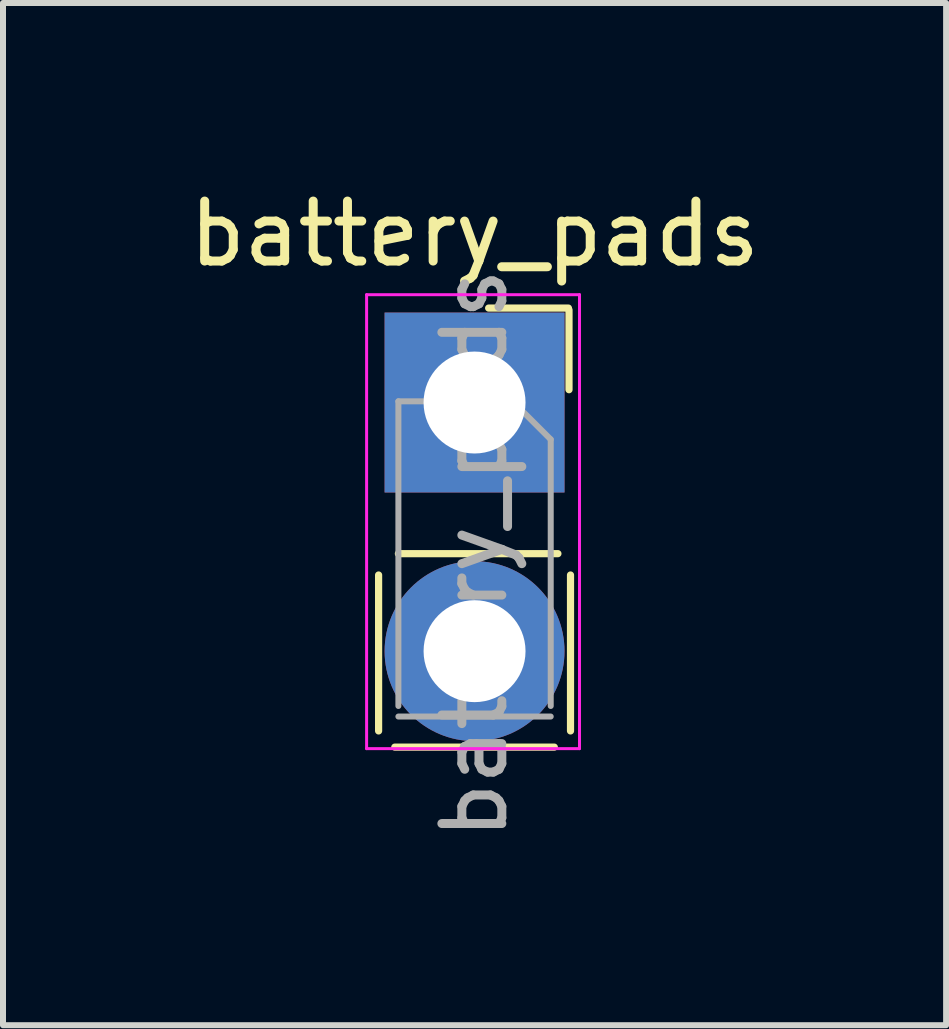
<source format=kicad_pcb>
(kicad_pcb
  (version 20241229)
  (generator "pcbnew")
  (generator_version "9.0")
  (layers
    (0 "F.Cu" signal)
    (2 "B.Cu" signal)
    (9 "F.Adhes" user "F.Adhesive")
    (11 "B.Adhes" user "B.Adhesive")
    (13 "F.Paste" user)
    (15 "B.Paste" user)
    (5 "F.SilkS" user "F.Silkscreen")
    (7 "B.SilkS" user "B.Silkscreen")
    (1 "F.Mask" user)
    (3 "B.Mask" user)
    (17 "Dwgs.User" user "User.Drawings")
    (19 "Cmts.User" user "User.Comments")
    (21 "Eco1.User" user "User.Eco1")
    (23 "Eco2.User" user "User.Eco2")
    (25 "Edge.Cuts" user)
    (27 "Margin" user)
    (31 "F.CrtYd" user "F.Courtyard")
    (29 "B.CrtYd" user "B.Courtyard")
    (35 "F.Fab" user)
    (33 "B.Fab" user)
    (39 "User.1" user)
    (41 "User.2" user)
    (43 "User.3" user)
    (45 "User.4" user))
  (footprint "battery_pads"
    (layer "F.Cu")
    (at 4.863 4.912)
    (property "Reference" "battery_pads" (at 0 -4.064 180) (layer "F.SilkS") (effects (font (size 1 1) (thickness 0.15))))
    (attr through_hole)
    (fp_line (start -1.6 1.626) (end -1.6 4.226) (stroke (width 0.12) (type solid)) (layer "F.SilkS"))
    (fp_line (start -1.33 4.496) (end 1.33 4.496) (stroke (width 0.12) (type solid)) (layer "F.SilkS"))
    (fp_line (start -1.27 1.27) (end 1.39 1.27) (stroke (width 0.12) (type solid)) (layer "F.SilkS"))
    (fp_line (start 0.235 -2.825) (end 1.565 -2.825) (stroke (width 0.12) (type solid)) (layer "F.SilkS"))
    (fp_line (start 1.575 -2.794) (end 1.575 -1.464) (stroke (width 0.12) (type solid)) (layer "F.SilkS"))
    (fp_line (start 1.6 1.626) (end 1.6 4.226) (stroke (width 0.12) (type solid)) (layer "F.SilkS"))
    (fp_line (start -1.8 -3.048) (end 1.75 -3.048) (stroke (width 0.05) (type solid)) (layer "F.CrtYd"))
    (fp_line (start -1.8 4.521) (end -1.8 -3.048) (stroke (width 0.05) (type solid)) (layer "F.CrtYd"))
    (fp_line (start 1.75 -3.048) (end 1.75 4.521) (stroke (width 0.05) (type solid)) (layer "F.CrtYd"))
    (fp_line (start 1.75 4.521) (end -1.8 4.521) (stroke (width 0.05) (type solid)) (layer "F.CrtYd"))
    (fp_line (start -1.27 -1.27) (end 0.635 -1.27) (stroke (width 0.1) (type solid)) (layer "F.Fab"))
    (fp_line (start -1.27 3.81) (end -1.27 -1.27) (stroke (width 0.1) (type solid)) (layer "F.Fab"))
    (fp_line (start 0.635 -1.27) (end 1.27 -0.635) (stroke (width 0.1) (type solid)) (layer "F.Fab"))
    (fp_line (start 1.27 -0.635) (end 1.27 3.81) (stroke (width 0.1) (type solid)) (layer "F.Fab"))
    (fp_line (start 1.27 3.986) (end -1.27 3.986) (stroke (width 0.1) (type solid)) (layer "F.Fab"))
    (fp_text user "${REFERENCE}" (at 0 1.27 90) (layer "F.Fab") (effects (font (size 1 1) (thickness 0.15))))
    (pad "1" thru_hole rect (at 0 -1.25) (size 3 3) (drill 1.7) (layers "*.Cu" "*.Mask"))
    (pad "2" thru_hole oval (at 0 2.896) (size 3 3) (drill 1.7) (layers "*.Cu" "*.Mask")))
  (gr_rect
    (start -3 -3)
    (end 12.726 14.045)
    (stroke (width 0.1) (type default))
    (fill no)
    (layer "Edge.Cuts")))
</source>
